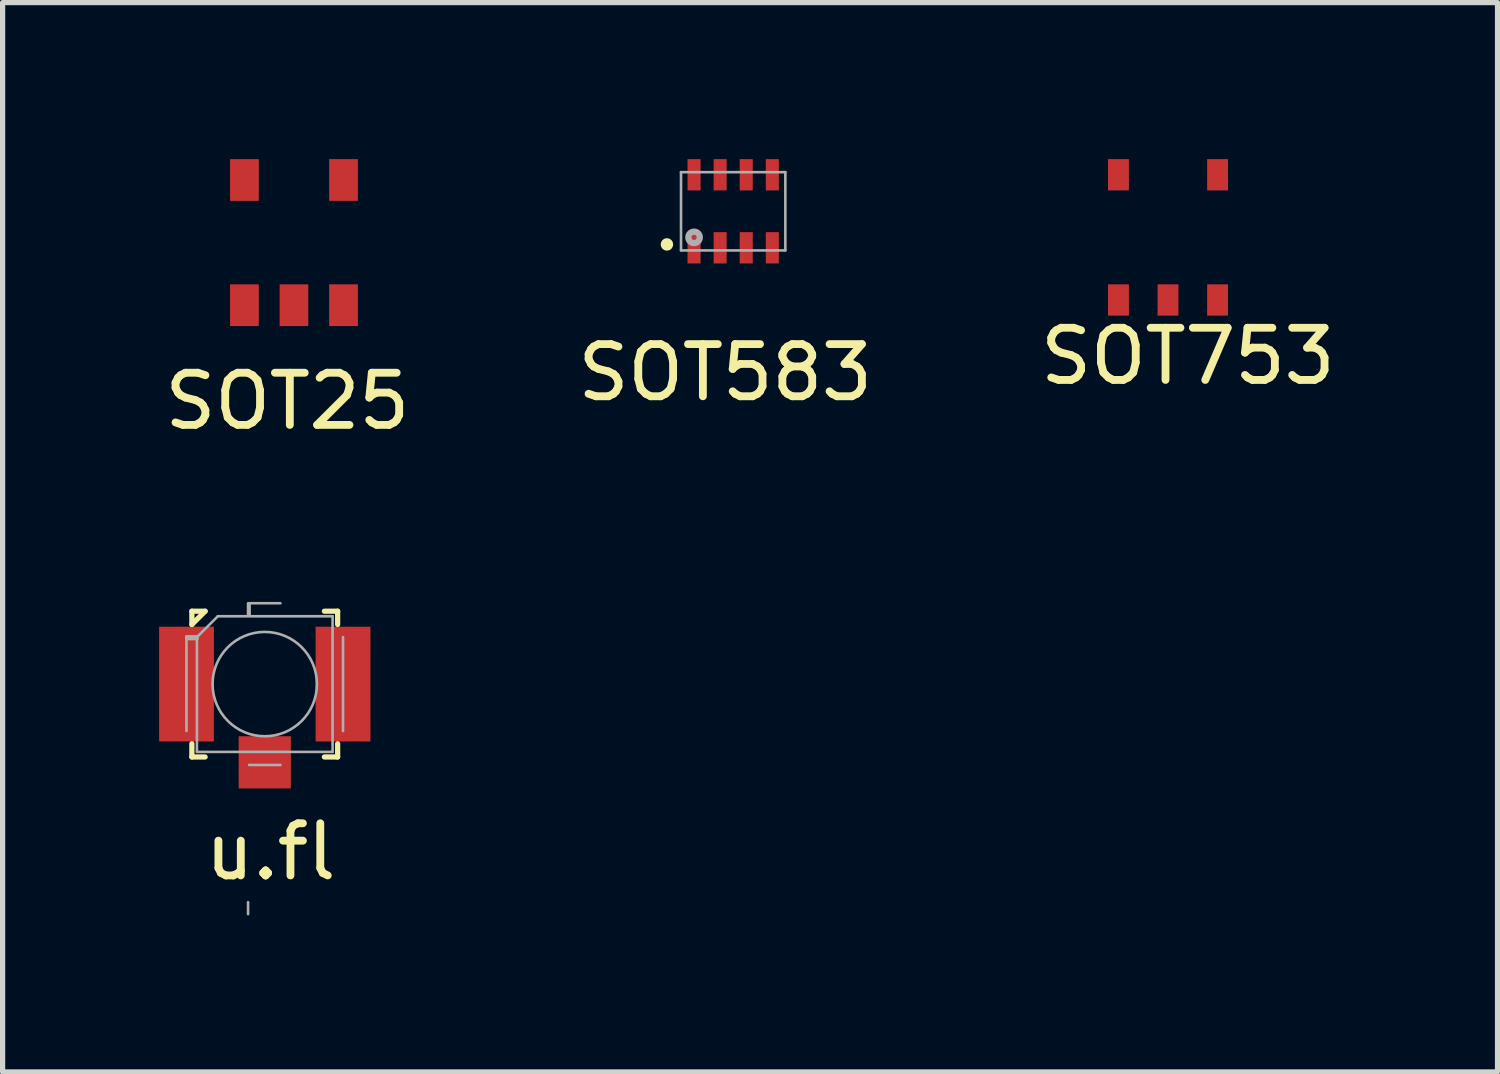
<source format=kicad_pcb>
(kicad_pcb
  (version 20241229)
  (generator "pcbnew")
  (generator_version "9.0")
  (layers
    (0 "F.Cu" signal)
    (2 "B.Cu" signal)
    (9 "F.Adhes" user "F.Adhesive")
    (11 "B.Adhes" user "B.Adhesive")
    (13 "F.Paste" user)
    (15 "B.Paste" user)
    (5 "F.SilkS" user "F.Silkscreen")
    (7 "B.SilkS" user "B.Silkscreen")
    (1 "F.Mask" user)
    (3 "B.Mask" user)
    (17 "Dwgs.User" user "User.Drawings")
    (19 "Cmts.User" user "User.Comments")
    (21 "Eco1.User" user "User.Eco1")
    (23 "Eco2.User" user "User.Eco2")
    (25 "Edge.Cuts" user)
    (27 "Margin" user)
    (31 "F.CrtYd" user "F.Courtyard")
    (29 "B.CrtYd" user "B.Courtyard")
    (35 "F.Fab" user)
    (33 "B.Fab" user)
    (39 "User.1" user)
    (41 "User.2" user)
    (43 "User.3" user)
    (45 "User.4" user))
  (footprint "u.fl"
    (layer "F.Cu")
    (at 2.025 10.063)
    (property "Reference" "u.fl" (at 0.112 3.213 0) (layer "F.SilkS") (effects (font (size 1 1) (thickness 0.15))))
    (attr through_hole)
    (fp_line (start -1.397 -1.397) (end -1.397 -1.143) (stroke (width 0.1) (type solid)) (layer "F.SilkS"))
    (fp_line (start -1.397 -1.143) (end -1.143 -1.397) (stroke (width 0.1) (type solid)) (layer "F.SilkS"))
    (fp_line (start -1.397 1.143) (end -1.397 1.397) (stroke (width 0.1) (type solid)) (layer "F.SilkS"))
    (fp_line (start -1.397 1.397) (end -1.143 1.397) (stroke (width 0.1) (type solid)) (layer "F.SilkS"))
    (fp_line (start -1.143 -1.397) (end -1.397 -1.397) (stroke (width 0.1) (type solid)) (layer "F.SilkS"))
    (fp_line (start 1.143 -1.397) (end 1.397 -1.397) (stroke (width 0.1) (type solid)) (layer "F.SilkS"))
    (fp_line (start 1.397 -1.397) (end 1.397 -1.143) (stroke (width 0.1) (type solid)) (layer "F.SilkS"))
    (fp_line (start 1.397 1.143) (end 1.397 1.397) (stroke (width 0.1) (type solid)) (layer "F.SilkS"))
    (fp_line (start 1.397 1.397) (end 1.143 1.397) (stroke (width 0.1) (type solid)) (layer "F.SilkS"))
    (fp_line (start -1.504 -0.914) (end -1.3 -0.914) (stroke (width 0.05) (type solid)) (layer "F.Fab"))
    (fp_line (start -1.5 -0.9) (end -1.5 0.9) (stroke (width 0.05) (type solid)) (layer "F.Fab"))
    (fp_line (start -1.499 -0.889) (end -1.295 -0.889) (stroke (width 0.05) (type solid)) (layer "F.Fab"))
    (fp_line (start -1.494 -0.904) (end -1.29 -0.904) (stroke (width 0.05) (type solid)) (layer "F.Fab"))
    (fp_line (start -1.494 -0.864) (end -1.29 -0.864) (stroke (width 0.05) (type solid)) (layer "F.Fab"))
    (fp_line (start -1.3 1.3) (end -1.3 -0.9) (stroke (width 0.05) (type solid)) (layer "F.Fab"))
    (fp_line (start -0.9 -1.3) (end -1.3 -0.9) (stroke (width 0.05) (type solid)) (layer "F.Fab"))
    (fp_line (start -0.32 -1.549) (end -0.32 -1.321) (stroke (width 0.05) (type solid)) (layer "F.Fab"))
    (fp_line (start -0.32 4.181) (end -0.32 4.409) (stroke (width 0.05) (type solid)) (layer "F.Fab"))
    (fp_line (start -0.305 -1.549) (end -0.305 -1.321) (stroke (width 0.05) (type solid)) (layer "F.Fab"))
    (fp_line (start -0.295 -1.544) (end -0.295 -1.316) (stroke (width 0.05) (type solid)) (layer "F.Fab"))
    (fp_line (start -0.295 -1.544) (end -0.295 -1.316) (stroke (width 0.05) (type solid)) (layer "F.Fab"))
    (fp_line (start 0.3 -1.55) (end -0.3 -1.55) (stroke (width 0.05) (type solid)) (layer "F.Fab"))
    (fp_line (start 0.3 1.55) (end -0.3 1.55) (stroke (width 0.05) (type solid)) (layer "F.Fab"))
    (fp_line (start 1.3 -1.3) (end -0.9 -1.3) (stroke (width 0.05) (type solid)) (layer "F.Fab"))
    (fp_line (start 1.3 -1.3) (end 1.3 1.3) (stroke (width 0.05) (type solid)) (layer "F.Fab"))
    (fp_line (start 1.3 1.3) (end -1.3 1.3) (stroke (width 0.05) (type solid)) (layer "F.Fab"))
    (fp_line (start 1.5 0.9) (end 1.5 -0.9) (stroke (width 0.05) (type solid)) (layer "F.Fab"))
    (fp_circle (center 0 0) (end 1 0) (stroke (width 0.05) (type solid)) (fill no) (layer "F.Fab"))
    (pad "1" smd rect (at 0 1.5) (size 1 1) (layers "F.Cu" "F.Mask" "F.Paste"))
    (pad "2" smd rect (at -1.5 0) (size 1.05 2.2) (layers "F.Cu" "F.Mask" "F.Paste"))
    (pad "2" smd rect (at 1.5 0) (size 1.05 2.2) (layers "F.Cu" "F.Mask" "F.Paste")))
  (footprint "SOT753"
    (layer "F.Cu")
    (at 19.339 1.5)
    (property "Reference" "SOT753" (at 0.381 2.278 0) (layer "F.SilkS") (effects (font (size 1 1) (thickness 0.15))))
    (attr through_hole)
    (pad "1" smd rect (at -0.95 1.2) (size 0.4 0.6) (layers "F.Cu" "F.Mask" "F.Paste"))
    (pad "2" smd rect (at 0 1.2) (size 0.4 0.6) (layers "F.Cu" "F.Mask" "F.Paste"))
    (pad "3" smd rect (at 0.95 1.2) (size 0.4 0.6) (layers "F.Cu" "F.Mask" "F.Paste"))
    (pad "4" smd rect (at 0.95 -1.2) (size 0.4 0.6) (layers "F.Cu" "F.Mask" "F.Paste"))
    (pad "5" smd rect (at -0.95 -1.2) (size 0.4 0.6) (layers "F.Cu" "F.Mask" "F.Paste")))
  (footprint "SOT583"
    (layer "F.Cu")
    (at 11.004 1)
    (property "Reference" "SOT583" (at -0.152 3.091 0) (layer "F.SilkS") (effects (font (size 1 1) (thickness 0.15))))
    (attr through_hole)
    (fp_circle (center -1.27 0.635) (end -1.21 0.635) (stroke (width 0.12) (type solid)) (fill no) (layer "F.SilkS"))
    (fp_line (start -1 -0.75) (end 1 -0.75) (stroke (width 0.05) (type solid)) (layer "F.Fab"))
    (fp_line (start -1 0.75) (end -1 -0.75) (stroke (width 0.05) (type solid)) (layer "F.Fab"))
    (fp_line (start 1 -0.75) (end 1 0.75) (stroke (width 0.05) (type solid)) (layer "F.Fab"))
    (fp_line (start 1 0.75) (end -1 0.75) (stroke (width 0.05) (type solid)) (layer "F.Fab"))
    (fp_circle (center -0.75 0.5) (end -0.7 0.5) (stroke (width 0.12) (type solid)) (fill no) (layer "F.Fab"))
    (pad "1" smd rect (at -0.75 0.7) (size 0.25 0.6) (layers "F.Cu" "F.Mask" "F.Paste"))
    (pad "2" smd rect (at -0.25 0.7) (size 0.25 0.6) (layers "F.Cu" "F.Mask" "F.Paste"))
    (pad "3" smd rect (at 0.25 0.7) (size 0.25 0.6) (layers "F.Cu" "F.Mask" "F.Paste"))
    (pad "4" smd rect (at 0.75 0.7) (size 0.25 0.6) (layers "F.Cu" "F.Mask" "F.Paste"))
    (pad "5" smd rect (at 0.75 -0.7) (size 0.25 0.6) (layers "F.Cu" "F.Mask" "F.Paste"))
    (pad "6" smd rect (at 0.25 -0.7) (size 0.25 0.6) (layers "F.Cu" "F.Mask" "F.Paste"))
    (pad "7" smd rect (at -0.25 -0.7) (size 0.25 0.6) (layers "F.Cu" "F.Mask" "F.Paste"))
    (pad "8" smd rect (at -0.75 -0.7) (size 0.25 0.6) (layers "F.Cu" "F.Mask" "F.Paste")))
  (footprint "SOT25"
    (layer "F.Cu")
    (at 2.585 1.6)
    (property "Reference" "SOT25" (at -0.127 3.04 0) (layer "F.SilkS") (effects (font (size 1 1) (thickness 0.15))))
    (attr through_hole)
    (pad "1" smd rect (at -0.95 1.2) (size 0.55 0.8) (layers "F.Cu" "F.Mask" "F.Paste"))
    (pad "2" smd rect (at 0 1.2) (size 0.55 0.8) (layers "F.Cu" "F.Mask" "F.Paste"))
    (pad "3" smd rect (at 0.95 1.2) (size 0.55 0.8) (layers "F.Cu" "F.Mask" "F.Paste"))
    (pad "4" smd rect (at 0.95 -1.2) (size 0.55 0.8) (layers "F.Cu" "F.Mask" "F.Paste"))
    (pad "5" smd rect (at -0.95 -1.2) (size 0.55 0.8) (layers "F.Cu" "F.Mask" "F.Paste")))
  (gr_rect
    (start -3 -3)
    (end 25.655 17.498)
    (stroke (width 0.1) (type default))
    (fill no)
    (layer "Edge.Cuts")))
</source>
